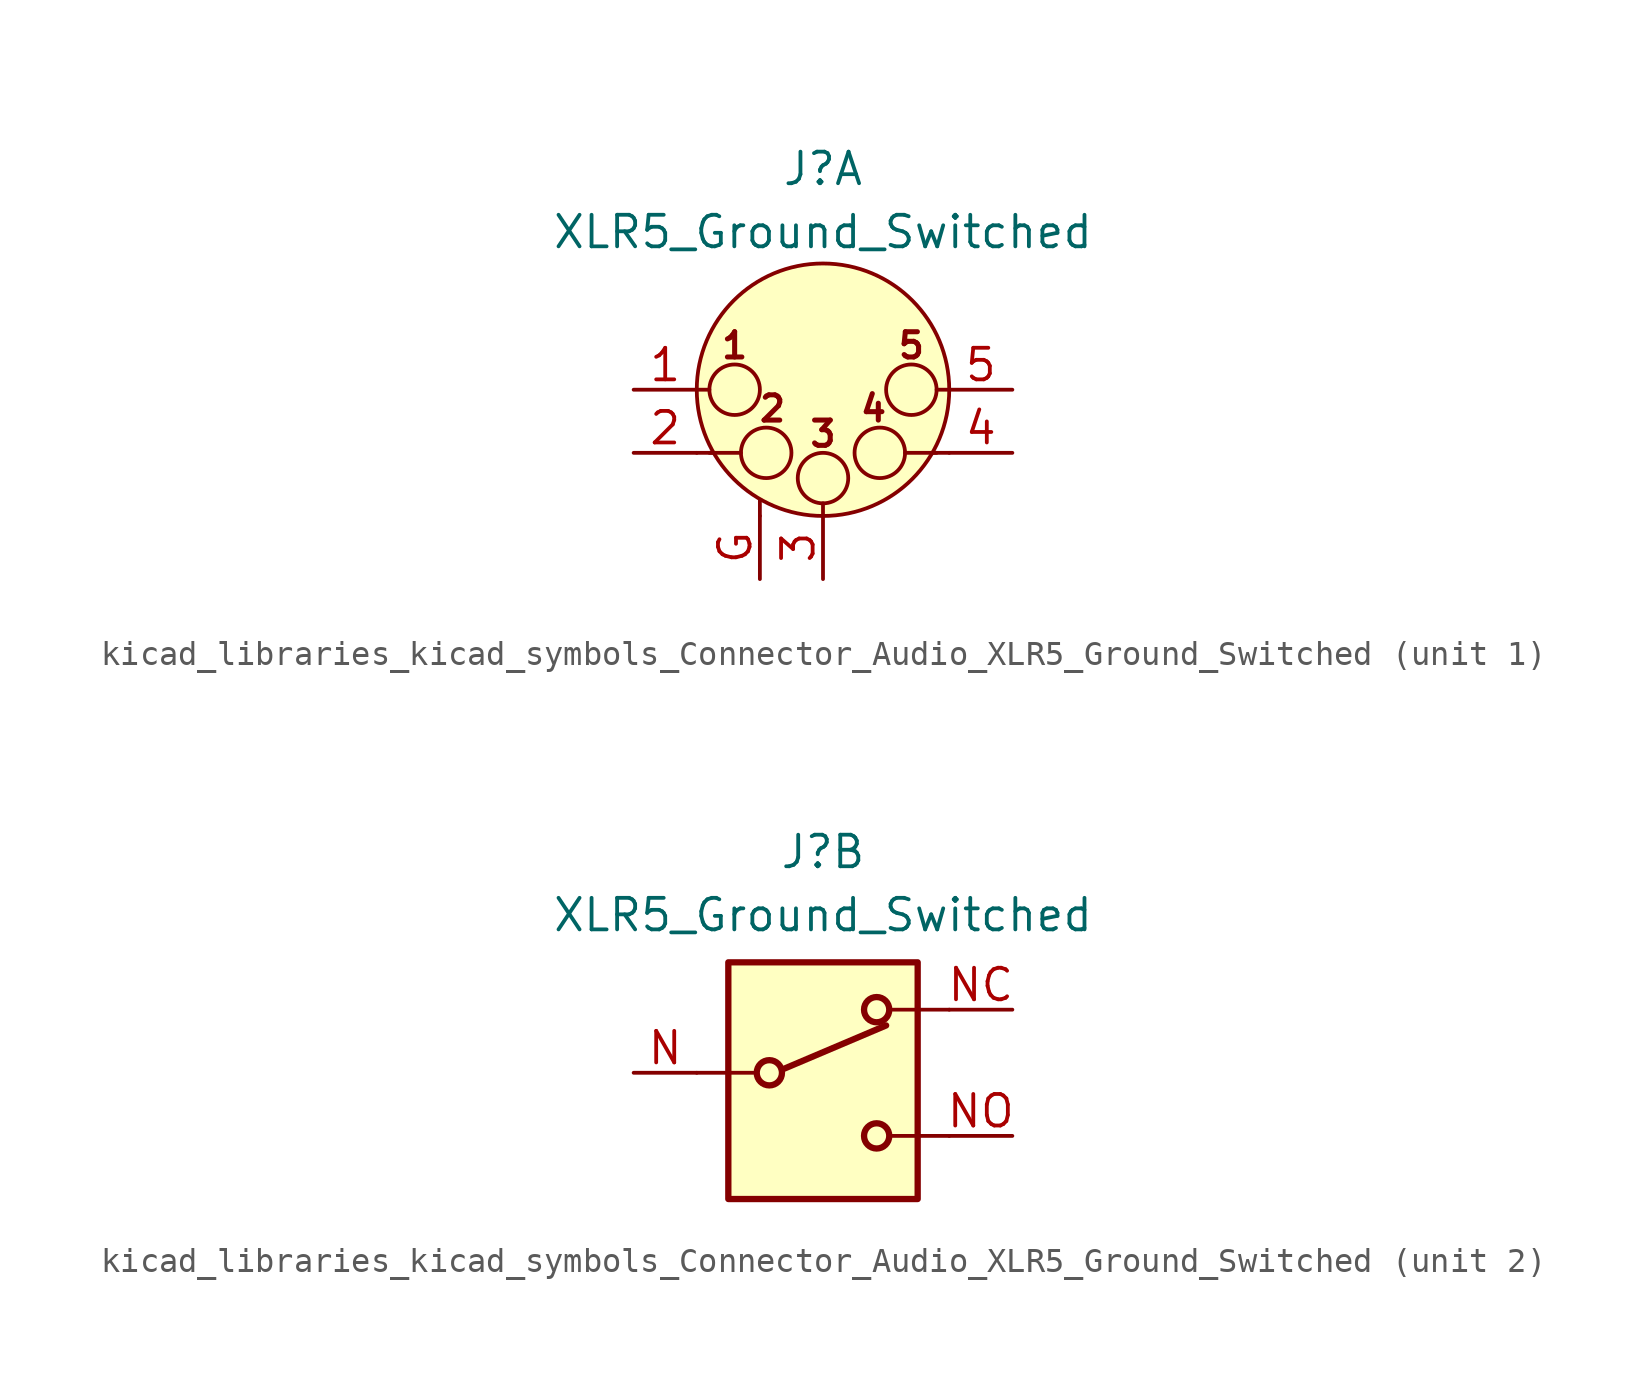
<source format=kicad_sym>
(kicad_symbol_lib
  (version 20220914)
  (generator kicad_symbol_editor)
  (symbol "kicad_libraries_kicad_symbols_Connector_Audio_XLR5_Ground_Switched"
    (pin_names hide)
    (property "Reference" "J"
      (at 0 8.89 0)
      (effects (font (size 1.27 1.27))))
    (property "Value" "XLR5_Ground_Switched"
      (at 0 6.35 0)
      (effects (font (size 1.27 1.27))))
    (property "ki_locked" ""
      (at 0 0 0)
      (effects (font (size 1.27 1.27))))
    (symbol "kicad_libraries_kicad_symbols_Connector_Audio_XLR5_Ground_Switched_1_1"
      (circle (center -3.556 0) (radius 1.016) (stroke (width 0) (type default)) (fill (type none)))
      (circle (center -2.286 -2.54) (radius 1.016) (stroke (width 0) (type default)) (fill (type none)))
      (circle (center 0 -3.556) (radius 1.016) (stroke (width 0) (type default)) (fill (type none)))
      (polyline (pts (xy -5.08 -2.54) (xy -4.445 -2.54)) (stroke (width 0) (type default)) (fill (type none)))
      (polyline (pts (xy -5.08 0) (xy -4.572 0)) (stroke (width 0) (type default)) (fill (type none)))
      (polyline (pts (xy -4.572 -2.54) (xy -3.302 -2.54)) (stroke (width 0) (type default)) (fill (type none)))
      (polyline (pts (xy -2.54 -5.08) (xy -2.54 -4.445)) (stroke (width 0) (type default)) (fill (type none)))
      (polyline (pts (xy 0 -5.08) (xy 0 -4.572)) (stroke (width 0) (type default)) (fill (type none)))
      (polyline (pts (xy 4.572 -2.54) (xy 3.302 -2.54)) (stroke (width 0) (type default)) (fill (type none)))
      (polyline (pts (xy 5.08 -2.54) (xy 4.445 -2.54)) (stroke (width 0) (type default)) (fill (type none)))
      (polyline (pts (xy 5.08 0) (xy 4.572 0)) (stroke (width 0) (type default)) (fill (type none)))
      (circle (center 0 0) (radius 5.08) (stroke (width 0) (type default)) (fill (type background)))
      (circle (center 2.286 -2.54) (radius 1.016) (stroke (width 0) (type default)) (fill (type none)))
      (circle (center 3.556 0) (radius 1.016) (stroke (width 0) (type default)) (fill (type none)))
      (text "1" (at -3.556 1.778 0) (effects (font (size 1.016 1.016) bold)))
      (text "2" (at -2.032 -0.762 0) (effects (font (size 1.016 1.016) bold)))
      (text "3" (at 0 -1.778 0) (effects (font (size 1.016 1.016) bold)))
      (text "4" (at 2.032 -0.762 0) (effects (font (size 1.016 1.016) bold)))
      (text "5" (at 3.556 1.778 0) (effects (font (size 1.016 1.016) bold)))
      (pin passive line (at -7.62 0 0) (length 2.54) (name "P1" (effects (font (size 1.27 1.27)))) (number "1" (effects (font (size 1.27 1.27)))))
      (pin passive line (at -7.62 -2.54 0) (length 2.54) (name "P2" (effects (font (size 1.27 1.27)))) (number "2" (effects (font (size 1.27 1.27)))))
      (pin passive line (at 0 -7.62 90) (length 2.54) (name "P3" (effects (font (size 1.27 1.27)))) (number "3" (effects (font (size 1.27 1.27)))))
      (pin passive line (at 7.62 -2.54 180) (length 2.54) (name "P3" (effects (font (size 1.27 1.27)))) (number "4" (effects (font (size 1.27 1.27)))))
      (pin passive line (at 7.62 0 180) (length 2.54) (name "P5" (effects (font (size 1.27 1.27)))) (number "5" (effects (font (size 1.27 1.27)))))
      (pin passive line (at -2.54 -7.62 90) (length 2.54) (name "~" (effects (font (size 1.27 1.27)))) (number "G" (effects (font (size 1.27 1.27))))))
    (symbol "kicad_libraries_kicad_symbols_Connector_Audio_XLR5_Ground_Switched_2_1"
      (rectangle (start -3.81 4.445) (end 3.81 -5.08) (stroke (width 0.254) (type default)) (fill (type background)))
      (circle (center -2.159 0) (radius 0.508) (stroke (width 0.254) (type default)) (fill (type none)))
      (polyline (pts (xy -5.08 0) (xy -2.794 0)) (stroke (width 0) (type default)) (fill (type none)))
      (polyline (pts (xy -1.651 0.127) (xy 2.54 1.905)) (stroke (width 0.254) (type default)) (fill (type none)))
      (polyline (pts (xy 5.08 -2.54) (xy 2.794 -2.54)) (stroke (width 0) (type default)) (fill (type none)))
      (polyline (pts (xy 5.08 2.54) (xy 2.794 2.54)) (stroke (width 0) (type default)) (fill (type none)))
      (circle (center 2.159 -2.54) (radius 0.508) (stroke (width 0.254) (type default)) (fill (type none)))
      (circle (center 2.159 2.54) (radius 0.508) (stroke (width 0.254) (type default)) (fill (type none)))
      (pin passive line (at -7.62 0 0) (length 2.54) (name "~" (effects (font (size 1.27 1.27)))) (number "N" (effects (font (size 1.27 1.27)))))
      (pin passive line (at 7.62 2.54 180) (length 2.54) (name "~" (effects (font (size 1.27 1.27)))) (number "NC" (effects (font (size 1.27 1.27)))))
      (pin passive line (at 7.62 -2.54 180) (length 2.54) (name "~" (effects (font (size 1.27 1.27)))) (number "NO" (effects (font (size 1.27 1.27))))))))
</source>
